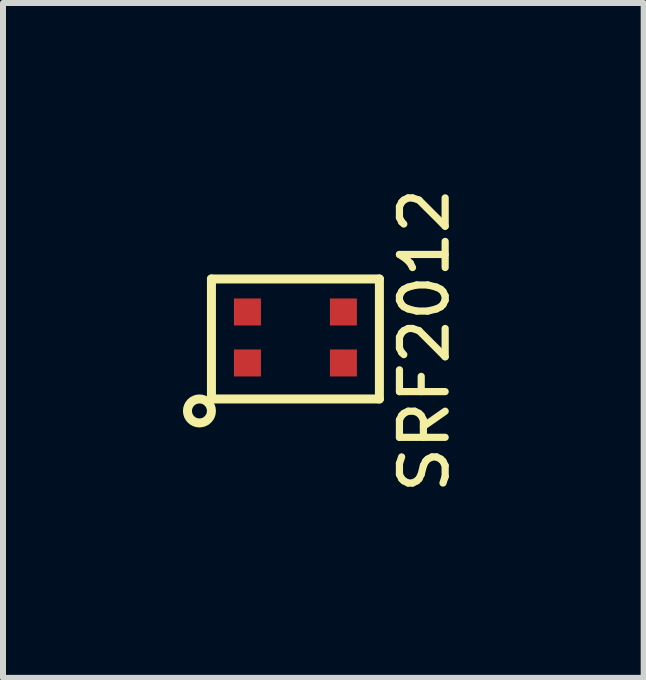
<source format=kicad_pcb>
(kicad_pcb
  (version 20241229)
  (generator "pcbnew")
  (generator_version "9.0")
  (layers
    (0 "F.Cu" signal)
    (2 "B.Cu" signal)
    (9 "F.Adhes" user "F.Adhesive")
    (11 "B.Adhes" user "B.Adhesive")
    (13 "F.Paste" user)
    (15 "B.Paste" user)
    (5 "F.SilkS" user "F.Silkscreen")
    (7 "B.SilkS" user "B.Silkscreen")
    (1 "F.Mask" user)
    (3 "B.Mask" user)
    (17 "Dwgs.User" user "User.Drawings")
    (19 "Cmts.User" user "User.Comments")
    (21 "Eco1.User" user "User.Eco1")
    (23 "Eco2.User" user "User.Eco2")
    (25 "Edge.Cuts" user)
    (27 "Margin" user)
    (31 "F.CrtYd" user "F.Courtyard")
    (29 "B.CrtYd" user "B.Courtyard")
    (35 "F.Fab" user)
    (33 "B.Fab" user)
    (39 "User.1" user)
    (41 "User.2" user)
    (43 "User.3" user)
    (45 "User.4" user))
  (footprint "SRF2012"
    (layer "F.Cu")
    (at 1.075 3.001)
    (property "Reference" "SRF2012" (at 2.95 -0.375 90) (layer "F.SilkS") (effects (font (size 0.762 0.762) (thickness 0.12))))
    (attr through_hole)
    (fp_line (start -0.6 -1.4) (end -0.6 0.6) (stroke (width 0.15) (type solid)) (layer "F.SilkS"))
    (fp_line (start -0.6 0.6) (end 2.2 0.6) (stroke (width 0.15) (type solid)) (layer "F.SilkS"))
    (fp_line (start 2.2 -1.4) (end -0.6 -1.4) (stroke (width 0.15) (type solid)) (layer "F.SilkS"))
    (fp_line (start 2.2 0.6) (end 2.2 -1.4) (stroke (width 0.15) (type solid)) (layer "F.SilkS"))
    (fp_circle (center -0.8 0.8) (end -0.6 0.8) (stroke (width 0.15) (type solid)) (fill no) (layer "F.SilkS"))
    (pad "1" smd rect (at 0 0) (size 0.45 0.45) (layers "F.Cu" "F.Mask" "F.Paste"))
    (pad "2" smd rect (at 1.6 0) (size 0.45 0.45) (layers "F.Cu" "F.Mask" "F.Paste"))
    (pad "3" smd rect (at 1.6 -0.85) (size 0.45 0.45) (layers "F.Cu" "F.Mask" "F.Paste"))
    (pad "4" smd rect (at 0 -0.85) (size 0.45 0.45) (layers "F.Cu" "F.Mask" "F.Paste")))
  (gr_rect
    (start -3 -3)
    (end 7.681 8.251)
    (stroke (width 0.1) (type default))
    (fill no)
    (layer "Edge.Cuts")))
</source>
